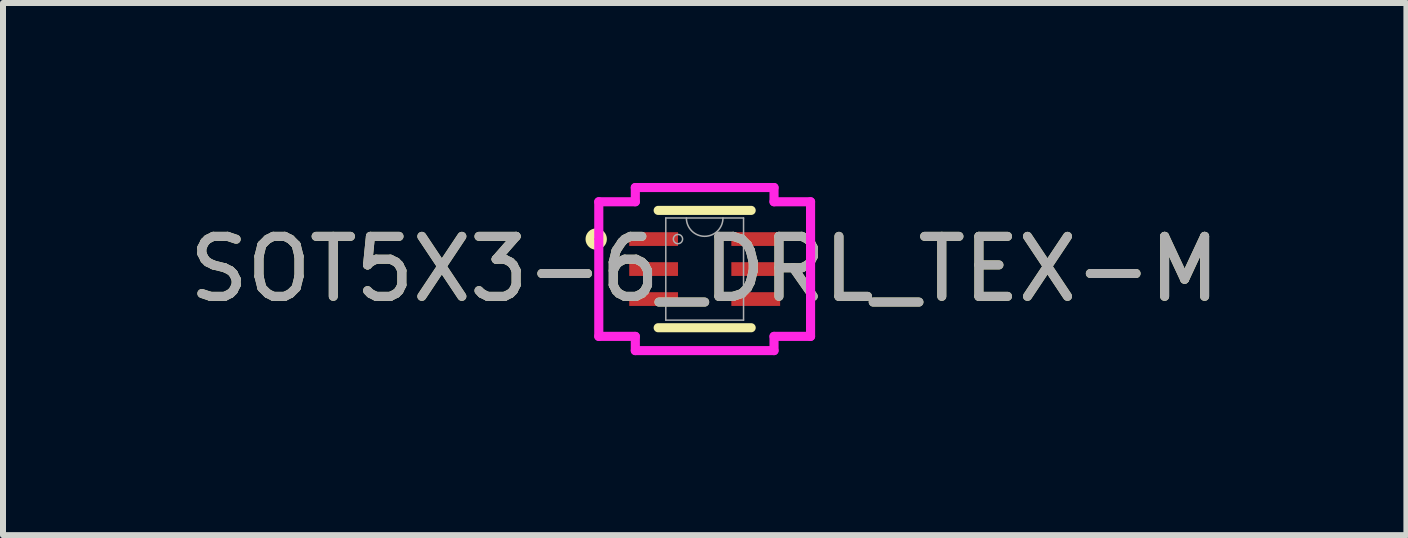
<source format=kicad_pcb>
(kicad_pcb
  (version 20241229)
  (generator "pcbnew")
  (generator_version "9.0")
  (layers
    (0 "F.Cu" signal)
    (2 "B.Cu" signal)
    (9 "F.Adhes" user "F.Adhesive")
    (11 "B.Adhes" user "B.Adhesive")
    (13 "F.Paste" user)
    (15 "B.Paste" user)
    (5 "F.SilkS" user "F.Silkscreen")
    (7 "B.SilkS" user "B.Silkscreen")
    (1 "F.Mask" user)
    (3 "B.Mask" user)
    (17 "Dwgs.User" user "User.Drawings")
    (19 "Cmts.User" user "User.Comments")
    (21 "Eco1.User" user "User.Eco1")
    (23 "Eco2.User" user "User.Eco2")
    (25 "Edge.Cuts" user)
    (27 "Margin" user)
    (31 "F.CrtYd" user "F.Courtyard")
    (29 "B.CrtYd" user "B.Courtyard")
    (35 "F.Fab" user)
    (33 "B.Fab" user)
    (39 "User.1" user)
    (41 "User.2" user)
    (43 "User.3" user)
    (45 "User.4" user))
  (footprint "SOT5X3-6_DRL_TEX-M"
    (layer "F.Cu")
    (at 8.696 1.435)
    (property "Reference" "SOT5X3-6_DRL_TEX-M" (at 0 0 0) (unlocked yes) (layer "F.SilkS") (effects (font (size 1 1) (thickness 0.15))))
    (attr smd)
    (fp_line (start -0.775 0.978) (end 0.775 0.978) (stroke (width 0.152) (type solid)) (layer "F.SilkS"))
    (fp_line (start 0.775 -0.978) (end -0.775 -0.978) (stroke (width 0.152) (type solid)) (layer "F.SilkS"))
    (fp_circle (center -1.808 -0.5) (end -1.706 -0.5) (stroke (width 0.152) (type solid)) (fill no) (layer "F.SilkS"))
    (fp_line (start -1.765 -1.122) (end -1.156 -1.122) (stroke (width 0.152) (type solid)) (layer "F.CrtYd"))
    (fp_line (start -1.765 1.122) (end -1.765 -1.122) (stroke (width 0.152) (type solid)) (layer "F.CrtYd"))
    (fp_line (start -1.765 1.122) (end -1.156 1.122) (stroke (width 0.152) (type solid)) (layer "F.CrtYd"))
    (fp_line (start -1.156 -1.359) (end 1.156 -1.359) (stroke (width 0.152) (type solid)) (layer "F.CrtYd"))
    (fp_line (start -1.156 -1.122) (end -1.156 -1.359) (stroke (width 0.152) (type solid)) (layer "F.CrtYd"))
    (fp_line (start -1.156 1.359) (end -1.156 1.122) (stroke (width 0.152) (type solid)) (layer "F.CrtYd"))
    (fp_line (start 1.156 -1.359) (end 1.156 -1.122) (stroke (width 0.152) (type solid)) (layer "F.CrtYd"))
    (fp_line (start 1.156 1.122) (end 1.156 1.359) (stroke (width 0.152) (type solid)) (layer "F.CrtYd"))
    (fp_line (start 1.156 1.359) (end -1.156 1.359) (stroke (width 0.152) (type solid)) (layer "F.CrtYd"))
    (fp_line (start 1.765 -1.122) (end 1.156 -1.122) (stroke (width 0.152) (type solid)) (layer "F.CrtYd"))
    (fp_line (start 1.765 -1.122) (end 1.765 1.122) (stroke (width 0.152) (type solid)) (layer "F.CrtYd"))
    (fp_line (start 1.765 1.122) (end 1.156 1.122) (stroke (width 0.152) (type solid)) (layer "F.CrtYd"))
    (fp_line (start -0.648 -0.851) (end -0.648 0.851) (stroke (width 0.025) (type solid)) (layer "F.Fab"))
    (fp_line (start -0.648 0.851) (end 0.648 0.851) (stroke (width 0.025) (type solid)) (layer "F.Fab"))
    (fp_line (start 0.648 -0.851) (end -0.648 -0.851) (stroke (width 0.025) (type solid)) (layer "F.Fab"))
    (fp_line (start 0.648 0.851) (end 0.648 -0.851) (stroke (width 0.025) (type solid)) (layer "F.Fab"))
    (fp_arc (start 0.3048 -0.8509) (mid 0 -0.5461) (end -0.3048 -0.8509) (stroke (width 0.0254) (type solid)) (layer "F.Fab"))
    (fp_circle (center -0.445 -0.5) (end -0.368 -0.5) (stroke (width 0.025) (type solid)) (fill no) (layer "F.Fab"))
    (fp_text user "${REFERENCE}" (at 0 0 0) (unlocked yes) (layer "F.Fab") (effects (font (size 1 1) (thickness 0.15))))
    (pad "1" smd rect (at -0.851 -0.5) (size 0.813 0.229) (layers "F.Cu" "F.Mask" "F.Paste"))
    (pad "2" smd rect (at -0.851 0) (size 0.813 0.229) (layers "F.Cu" "F.Mask" "F.Paste"))
    (pad "3" smd rect (at -0.851 0.5) (size 0.813 0.229) (layers "F.Cu" "F.Mask" "F.Paste"))
    (pad "4" smd rect (at 0.851 0.5) (size 0.813 0.229) (layers "F.Cu" "F.Mask" "F.Paste"))
    (pad "5" smd rect (at 0.851 0) (size 0.813 0.229) (layers "F.Cu" "F.Mask" "F.Paste"))
    (pad "6" smd rect (at 0.851 -0.5) (size 0.813 0.229) (layers "F.Cu" "F.Mask" "F.Paste")))
  (gr_rect
    (start -3 -3)
    (end 20.393 5.87)
    (stroke (width 0.1) (type default))
    (fill no)
    (layer "Edge.Cuts")))
</source>
